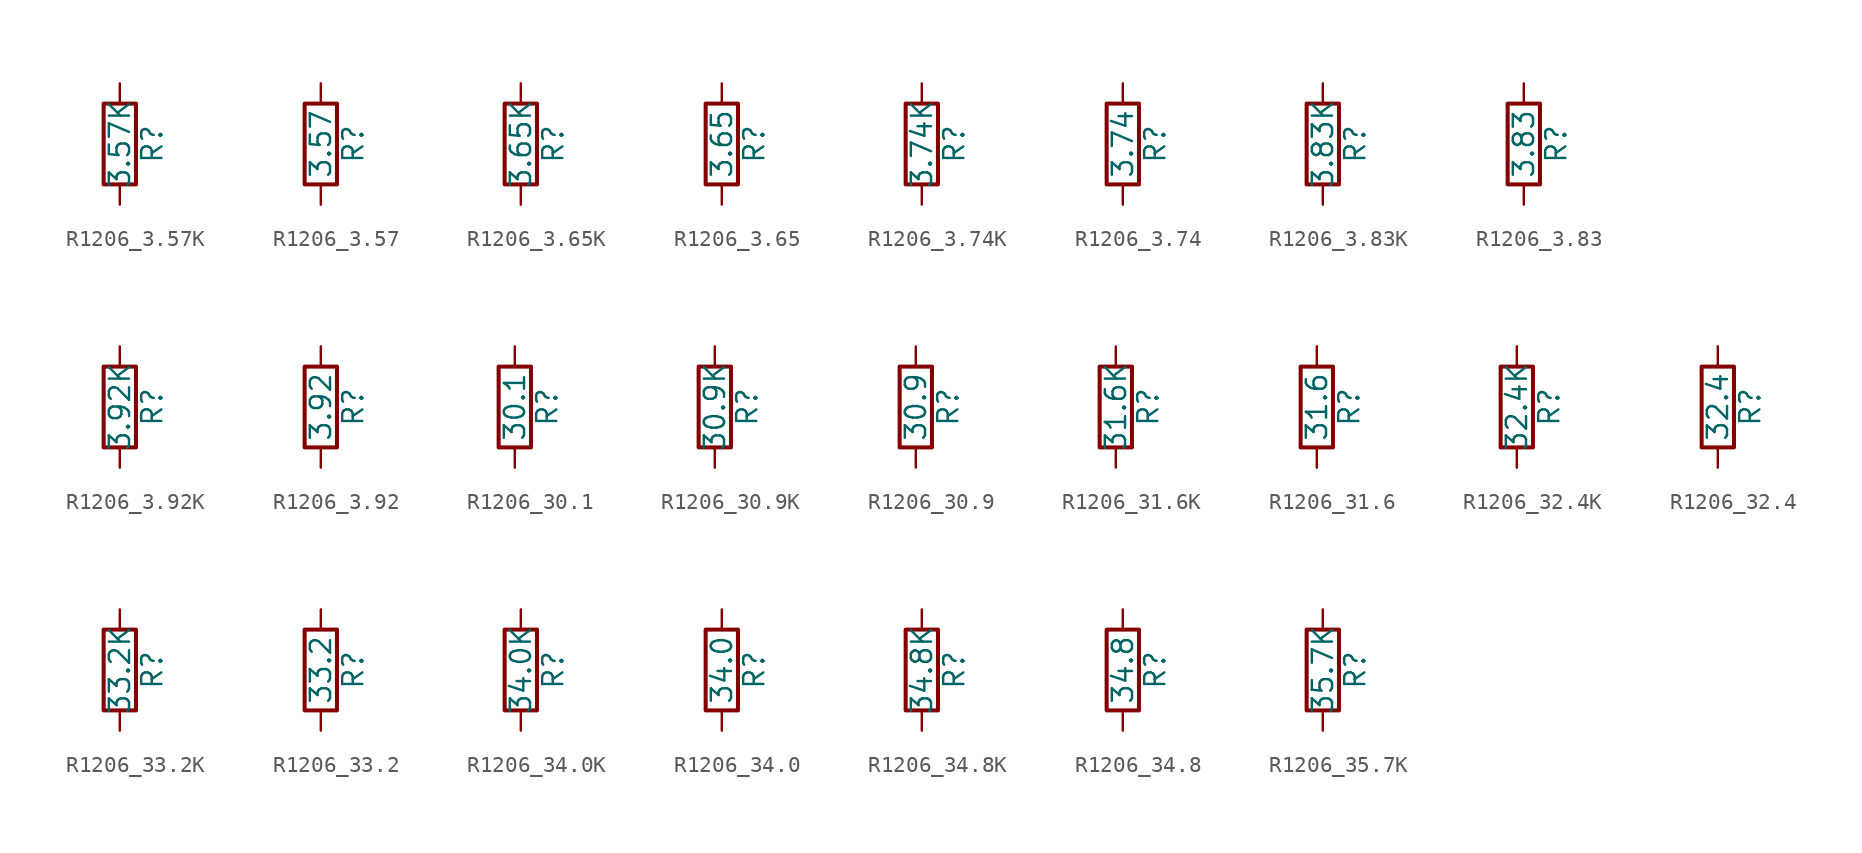
<source format=kicad_sym>
(kicad_symbol_lib
  (version 20211014)
  (generator atlantix-eda)
  (symbol "R1206_3.57K"
    (pin_numbers hide)
    (pin_names
      (offset 0))
    (property "Reference" "R"
      (at 2.032 0 90)
      (effects (font (size 1.27 1.27))))
    (property "Value" "3.57K"
      (at 0 0 90)
      (effects (font (size 1.27 1.27))))
    (symbol "R1206_3.57K_0_1"
      (rectangle (start -1.016 -2.54) (end 1.016 2.54) (stroke (width 0.254) (type default) (color 0 0 0 0)) (fill (type none))))
    (symbol "R1206_3.57K_1_1"
      (pin passive line (at 0 3.81 270) (length 1.27) (name "~" (effects (font (size 1.27 1.27)))) (number "1" (effects (font (size 1.27 1.27)))))
      (pin passive line (at 0 -3.81 90) (length 1.27) (name "~" (effects (font (size 1.27 1.27)))) (number "2" (effects (font (size 1.27 1.27)))))))
  (symbol "R1206_3.57"
    (pin_numbers hide)
    (pin_names
      (offset 0))
    (property "Reference" "R"
      (at 2.032 0 90)
      (effects (font (size 1.27 1.27))))
    (property "Value" "3.57"
      (at 0 0 90)
      (effects (font (size 1.27 1.27))))
    (symbol "R1206_3.57_0_1"
      (rectangle (start -1.016 -2.54) (end 1.016 2.54) (stroke (width 0.254) (type default) (color 0 0 0 0)) (fill (type none))))
    (symbol "R1206_3.57_1_1"
      (pin passive line (at 0 3.81 270) (length 1.27) (name "~" (effects (font (size 1.27 1.27)))) (number "1" (effects (font (size 1.27 1.27)))))
      (pin passive line (at 0 -3.81 90) (length 1.27) (name "~" (effects (font (size 1.27 1.27)))) (number "2" (effects (font (size 1.27 1.27)))))))
  (symbol "R1206_3.65K"
    (pin_numbers hide)
    (pin_names
      (offset 0))
    (property "Reference" "R"
      (at 2.032 0 90)
      (effects (font (size 1.27 1.27))))
    (property "Value" "3.65K"
      (at 0 0 90)
      (effects (font (size 1.27 1.27))))
    (symbol "R1206_3.65K_0_1"
      (rectangle (start -1.016 -2.54) (end 1.016 2.54) (stroke (width 0.254) (type default) (color 0 0 0 0)) (fill (type none))))
    (symbol "R1206_3.65K_1_1"
      (pin passive line (at 0 3.81 270) (length 1.27) (name "~" (effects (font (size 1.27 1.27)))) (number "1" (effects (font (size 1.27 1.27)))))
      (pin passive line (at 0 -3.81 90) (length 1.27) (name "~" (effects (font (size 1.27 1.27)))) (number "2" (effects (font (size 1.27 1.27)))))))
  (symbol "R1206_3.65"
    (pin_numbers hide)
    (pin_names
      (offset 0))
    (property "Reference" "R"
      (at 2.032 0 90)
      (effects (font (size 1.27 1.27))))
    (property "Value" "3.65"
      (at 0 0 90)
      (effects (font (size 1.27 1.27))))
    (symbol "R1206_3.65_0_1"
      (rectangle (start -1.016 -2.54) (end 1.016 2.54) (stroke (width 0.254) (type default) (color 0 0 0 0)) (fill (type none))))
    (symbol "R1206_3.65_1_1"
      (pin passive line (at 0 3.81 270) (length 1.27) (name "~" (effects (font (size 1.27 1.27)))) (number "1" (effects (font (size 1.27 1.27)))))
      (pin passive line (at 0 -3.81 90) (length 1.27) (name "~" (effects (font (size 1.27 1.27)))) (number "2" (effects (font (size 1.27 1.27)))))))
  (symbol "R1206_3.74K"
    (pin_numbers hide)
    (pin_names
      (offset 0))
    (property "Reference" "R"
      (at 2.032 0 90)
      (effects (font (size 1.27 1.27))))
    (property "Value" "3.74K"
      (at 0 0 90)
      (effects (font (size 1.27 1.27))))
    (symbol "R1206_3.74K_0_1"
      (rectangle (start -1.016 -2.54) (end 1.016 2.54) (stroke (width 0.254) (type default) (color 0 0 0 0)) (fill (type none))))
    (symbol "R1206_3.74K_1_1"
      (pin passive line (at 0 3.81 270) (length 1.27) (name "~" (effects (font (size 1.27 1.27)))) (number "1" (effects (font (size 1.27 1.27)))))
      (pin passive line (at 0 -3.81 90) (length 1.27) (name "~" (effects (font (size 1.27 1.27)))) (number "2" (effects (font (size 1.27 1.27)))))))
  (symbol "R1206_3.74"
    (pin_numbers hide)
    (pin_names
      (offset 0))
    (property "Reference" "R"
      (at 2.032 0 90)
      (effects (font (size 1.27 1.27))))
    (property "Value" "3.74"
      (at 0 0 90)
      (effects (font (size 1.27 1.27))))
    (symbol "R1206_3.74_0_1"
      (rectangle (start -1.016 -2.54) (end 1.016 2.54) (stroke (width 0.254) (type default) (color 0 0 0 0)) (fill (type none))))
    (symbol "R1206_3.74_1_1"
      (pin passive line (at 0 3.81 270) (length 1.27) (name "~" (effects (font (size 1.27 1.27)))) (number "1" (effects (font (size 1.27 1.27)))))
      (pin passive line (at 0 -3.81 90) (length 1.27) (name "~" (effects (font (size 1.27 1.27)))) (number "2" (effects (font (size 1.27 1.27)))))))
  (symbol "R1206_3.83K"
    (pin_numbers hide)
    (pin_names
      (offset 0))
    (property "Reference" "R"
      (at 2.032 0 90)
      (effects (font (size 1.27 1.27))))
    (property "Value" "3.83K"
      (at 0 0 90)
      (effects (font (size 1.27 1.27))))
    (symbol "R1206_3.83K_0_1"
      (rectangle (start -1.016 -2.54) (end 1.016 2.54) (stroke (width 0.254) (type default) (color 0 0 0 0)) (fill (type none))))
    (symbol "R1206_3.83K_1_1"
      (pin passive line (at 0 3.81 270) (length 1.27) (name "~" (effects (font (size 1.27 1.27)))) (number "1" (effects (font (size 1.27 1.27)))))
      (pin passive line (at 0 -3.81 90) (length 1.27) (name "~" (effects (font (size 1.27 1.27)))) (number "2" (effects (font (size 1.27 1.27)))))))
  (symbol "R1206_3.83"
    (pin_numbers hide)
    (pin_names
      (offset 0))
    (property "Reference" "R"
      (at 2.032 0 90)
      (effects (font (size 1.27 1.27))))
    (property "Value" "3.83"
      (at 0 0 90)
      (effects (font (size 1.27 1.27))))
    (symbol "R1206_3.83_0_1"
      (rectangle (start -1.016 -2.54) (end 1.016 2.54) (stroke (width 0.254) (type default) (color 0 0 0 0)) (fill (type none))))
    (symbol "R1206_3.83_1_1"
      (pin passive line (at 0 3.81 270) (length 1.27) (name "~" (effects (font (size 1.27 1.27)))) (number "1" (effects (font (size 1.27 1.27)))))
      (pin passive line (at 0 -3.81 90) (length 1.27) (name "~" (effects (font (size 1.27 1.27)))) (number "2" (effects (font (size 1.27 1.27)))))))
  (symbol "R1206_3.92K"
    (pin_numbers hide)
    (pin_names
      (offset 0))
    (property "Reference" "R"
      (at 2.032 0 90)
      (effects (font (size 1.27 1.27))))
    (property "Value" "3.92K"
      (at 0 0 90)
      (effects (font (size 1.27 1.27))))
    (symbol "R1206_3.92K_0_1"
      (rectangle (start -1.016 -2.54) (end 1.016 2.54) (stroke (width 0.254) (type default) (color 0 0 0 0)) (fill (type none))))
    (symbol "R1206_3.92K_1_1"
      (pin passive line (at 0 3.81 270) (length 1.27) (name "~" (effects (font (size 1.27 1.27)))) (number "1" (effects (font (size 1.27 1.27)))))
      (pin passive line (at 0 -3.81 90) (length 1.27) (name "~" (effects (font (size 1.27 1.27)))) (number "2" (effects (font (size 1.27 1.27)))))))
  (symbol "R1206_3.92"
    (pin_numbers hide)
    (pin_names
      (offset 0))
    (property "Reference" "R"
      (at 2.032 0 90)
      (effects (font (size 1.27 1.27))))
    (property "Value" "3.92"
      (at 0 0 90)
      (effects (font (size 1.27 1.27))))
    (symbol "R1206_3.92_0_1"
      (rectangle (start -1.016 -2.54) (end 1.016 2.54) (stroke (width 0.254) (type default) (color 0 0 0 0)) (fill (type none))))
    (symbol "R1206_3.92_1_1"
      (pin passive line (at 0 3.81 270) (length 1.27) (name "~" (effects (font (size 1.27 1.27)))) (number "1" (effects (font (size 1.27 1.27)))))
      (pin passive line (at 0 -3.81 90) (length 1.27) (name "~" (effects (font (size 1.27 1.27)))) (number "2" (effects (font (size 1.27 1.27)))))))
  (symbol "R1206_30.1"
    (pin_numbers hide)
    (pin_names
      (offset 0))
    (property "Reference" "R"
      (at 2.032 0 90)
      (effects (font (size 1.27 1.27))))
    (property "Value" "30.1"
      (at 0 0 90)
      (effects (font (size 1.27 1.27))))
    (symbol "R1206_30.1_0_1"
      (rectangle (start -1.016 -2.54) (end 1.016 2.54) (stroke (width 0.254) (type default) (color 0 0 0 0)) (fill (type none))))
    (symbol "R1206_30.1_1_1"
      (pin passive line (at 0 3.81 270) (length 1.27) (name "~" (effects (font (size 1.27 1.27)))) (number "1" (effects (font (size 1.27 1.27)))))
      (pin passive line (at 0 -3.81 90) (length 1.27) (name "~" (effects (font (size 1.27 1.27)))) (number "2" (effects (font (size 1.27 1.27)))))))
  (symbol "R1206_30.9K"
    (pin_numbers hide)
    (pin_names
      (offset 0))
    (property "Reference" "R"
      (at 2.032 0 90)
      (effects (font (size 1.27 1.27))))
    (property "Value" "30.9K"
      (at 0 0 90)
      (effects (font (size 1.27 1.27))))
    (symbol "R1206_30.9K_0_1"
      (rectangle (start -1.016 -2.54) (end 1.016 2.54) (stroke (width 0.254) (type default) (color 0 0 0 0)) (fill (type none))))
    (symbol "R1206_30.9K_1_1"
      (pin passive line (at 0 3.81 270) (length 1.27) (name "~" (effects (font (size 1.27 1.27)))) (number "1" (effects (font (size 1.27 1.27)))))
      (pin passive line (at 0 -3.81 90) (length 1.27) (name "~" (effects (font (size 1.27 1.27)))) (number "2" (effects (font (size 1.27 1.27)))))))
  (symbol "R1206_30.9"
    (pin_numbers hide)
    (pin_names
      (offset 0))
    (property "Reference" "R"
      (at 2.032 0 90)
      (effects (font (size 1.27 1.27))))
    (property "Value" "30.9"
      (at 0 0 90)
      (effects (font (size 1.27 1.27))))
    (symbol "R1206_30.9_0_1"
      (rectangle (start -1.016 -2.54) (end 1.016 2.54) (stroke (width 0.254) (type default) (color 0 0 0 0)) (fill (type none))))
    (symbol "R1206_30.9_1_1"
      (pin passive line (at 0 3.81 270) (length 1.27) (name "~" (effects (font (size 1.27 1.27)))) (number "1" (effects (font (size 1.27 1.27)))))
      (pin passive line (at 0 -3.81 90) (length 1.27) (name "~" (effects (font (size 1.27 1.27)))) (number "2" (effects (font (size 1.27 1.27)))))))
  (symbol "R1206_31.6K"
    (pin_numbers hide)
    (pin_names
      (offset 0))
    (property "Reference" "R"
      (at 2.032 0 90)
      (effects (font (size 1.27 1.27))))
    (property "Value" "31.6K"
      (at 0 0 90)
      (effects (font (size 1.27 1.27))))
    (symbol "R1206_31.6K_0_1"
      (rectangle (start -1.016 -2.54) (end 1.016 2.54) (stroke (width 0.254) (type default) (color 0 0 0 0)) (fill (type none))))
    (symbol "R1206_31.6K_1_1"
      (pin passive line (at 0 3.81 270) (length 1.27) (name "~" (effects (font (size 1.27 1.27)))) (number "1" (effects (font (size 1.27 1.27)))))
      (pin passive line (at 0 -3.81 90) (length 1.27) (name "~" (effects (font (size 1.27 1.27)))) (number "2" (effects (font (size 1.27 1.27)))))))
  (symbol "R1206_31.6"
    (pin_numbers hide)
    (pin_names
      (offset 0))
    (property "Reference" "R"
      (at 2.032 0 90)
      (effects (font (size 1.27 1.27))))
    (property "Value" "31.6"
      (at 0 0 90)
      (effects (font (size 1.27 1.27))))
    (symbol "R1206_31.6_0_1"
      (rectangle (start -1.016 -2.54) (end 1.016 2.54) (stroke (width 0.254) (type default) (color 0 0 0 0)) (fill (type none))))
    (symbol "R1206_31.6_1_1"
      (pin passive line (at 0 3.81 270) (length 1.27) (name "~" (effects (font (size 1.27 1.27)))) (number "1" (effects (font (size 1.27 1.27)))))
      (pin passive line (at 0 -3.81 90) (length 1.27) (name "~" (effects (font (size 1.27 1.27)))) (number "2" (effects (font (size 1.27 1.27)))))))
  (symbol "R1206_32.4K"
    (pin_numbers hide)
    (pin_names
      (offset 0))
    (property "Reference" "R"
      (at 2.032 0 90)
      (effects (font (size 1.27 1.27))))
    (property "Value" "32.4K"
      (at 0 0 90)
      (effects (font (size 1.27 1.27))))
    (symbol "R1206_32.4K_0_1"
      (rectangle (start -1.016 -2.54) (end 1.016 2.54) (stroke (width 0.254) (type default) (color 0 0 0 0)) (fill (type none))))
    (symbol "R1206_32.4K_1_1"
      (pin passive line (at 0 3.81 270) (length 1.27) (name "~" (effects (font (size 1.27 1.27)))) (number "1" (effects (font (size 1.27 1.27)))))
      (pin passive line (at 0 -3.81 90) (length 1.27) (name "~" (effects (font (size 1.27 1.27)))) (number "2" (effects (font (size 1.27 1.27)))))))
  (symbol "R1206_32.4"
    (pin_numbers hide)
    (pin_names
      (offset 0))
    (property "Reference" "R"
      (at 2.032 0 90)
      (effects (font (size 1.27 1.27))))
    (property "Value" "32.4"
      (at 0 0 90)
      (effects (font (size 1.27 1.27))))
    (symbol "R1206_32.4_0_1"
      (rectangle (start -1.016 -2.54) (end 1.016 2.54) (stroke (width 0.254) (type default) (color 0 0 0 0)) (fill (type none))))
    (symbol "R1206_32.4_1_1"
      (pin passive line (at 0 3.81 270) (length 1.27) (name "~" (effects (font (size 1.27 1.27)))) (number "1" (effects (font (size 1.27 1.27)))))
      (pin passive line (at 0 -3.81 90) (length 1.27) (name "~" (effects (font (size 1.27 1.27)))) (number "2" (effects (font (size 1.27 1.27)))))))
  (symbol "R1206_33.2K"
    (pin_numbers hide)
    (pin_names
      (offset 0))
    (property "Reference" "R"
      (at 2.032 0 90)
      (effects (font (size 1.27 1.27))))
    (property "Value" "33.2K"
      (at 0 0 90)
      (effects (font (size 1.27 1.27))))
    (symbol "R1206_33.2K_0_1"
      (rectangle (start -1.016 -2.54) (end 1.016 2.54) (stroke (width 0.254) (type default) (color 0 0 0 0)) (fill (type none))))
    (symbol "R1206_33.2K_1_1"
      (pin passive line (at 0 3.81 270) (length 1.27) (name "~" (effects (font (size 1.27 1.27)))) (number "1" (effects (font (size 1.27 1.27)))))
      (pin passive line (at 0 -3.81 90) (length 1.27) (name "~" (effects (font (size 1.27 1.27)))) (number "2" (effects (font (size 1.27 1.27)))))))
  (symbol "R1206_33.2"
    (pin_numbers hide)
    (pin_names
      (offset 0))
    (property "Reference" "R"
      (at 2.032 0 90)
      (effects (font (size 1.27 1.27))))
    (property "Value" "33.2"
      (at 0 0 90)
      (effects (font (size 1.27 1.27))))
    (symbol "R1206_33.2_0_1"
      (rectangle (start -1.016 -2.54) (end 1.016 2.54) (stroke (width 0.254) (type default) (color 0 0 0 0)) (fill (type none))))
    (symbol "R1206_33.2_1_1"
      (pin passive line (at 0 3.81 270) (length 1.27) (name "~" (effects (font (size 1.27 1.27)))) (number "1" (effects (font (size 1.27 1.27)))))
      (pin passive line (at 0 -3.81 90) (length 1.27) (name "~" (effects (font (size 1.27 1.27)))) (number "2" (effects (font (size 1.27 1.27)))))))
  (symbol "R1206_34.0K"
    (pin_numbers hide)
    (pin_names
      (offset 0))
    (property "Reference" "R"
      (at 2.032 0 90)
      (effects (font (size 1.27 1.27))))
    (property "Value" "34.0K"
      (at 0 0 90)
      (effects (font (size 1.27 1.27))))
    (symbol "R1206_34.0K_0_1"
      (rectangle (start -1.016 -2.54) (end 1.016 2.54) (stroke (width 0.254) (type default) (color 0 0 0 0)) (fill (type none))))
    (symbol "R1206_34.0K_1_1"
      (pin passive line (at 0 3.81 270) (length 1.27) (name "~" (effects (font (size 1.27 1.27)))) (number "1" (effects (font (size 1.27 1.27)))))
      (pin passive line (at 0 -3.81 90) (length 1.27) (name "~" (effects (font (size 1.27 1.27)))) (number "2" (effects (font (size 1.27 1.27)))))))
  (symbol "R1206_34.0"
    (pin_numbers hide)
    (pin_names
      (offset 0))
    (property "Reference" "R"
      (at 2.032 0 90)
      (effects (font (size 1.27 1.27))))
    (property "Value" "34.0"
      (at 0 0 90)
      (effects (font (size 1.27 1.27))))
    (symbol "R1206_34.0_0_1"
      (rectangle (start -1.016 -2.54) (end 1.016 2.54) (stroke (width 0.254) (type default) (color 0 0 0 0)) (fill (type none))))
    (symbol "R1206_34.0_1_1"
      (pin passive line (at 0 3.81 270) (length 1.27) (name "~" (effects (font (size 1.27 1.27)))) (number "1" (effects (font (size 1.27 1.27)))))
      (pin passive line (at 0 -3.81 90) (length 1.27) (name "~" (effects (font (size 1.27 1.27)))) (number "2" (effects (font (size 1.27 1.27)))))))
  (symbol "R1206_34.8K"
    (pin_numbers hide)
    (pin_names
      (offset 0))
    (property "Reference" "R"
      (at 2.032 0 90)
      (effects (font (size 1.27 1.27))))
    (property "Value" "34.8K"
      (at 0 0 90)
      (effects (font (size 1.27 1.27))))
    (symbol "R1206_34.8K_0_1"
      (rectangle (start -1.016 -2.54) (end 1.016 2.54) (stroke (width 0.254) (type default) (color 0 0 0 0)) (fill (type none))))
    (symbol "R1206_34.8K_1_1"
      (pin passive line (at 0 3.81 270) (length 1.27) (name "~" (effects (font (size 1.27 1.27)))) (number "1" (effects (font (size 1.27 1.27)))))
      (pin passive line (at 0 -3.81 90) (length 1.27) (name "~" (effects (font (size 1.27 1.27)))) (number "2" (effects (font (size 1.27 1.27)))))))
  (symbol "R1206_34.8"
    (pin_numbers hide)
    (pin_names
      (offset 0))
    (property "Reference" "R"
      (at 2.032 0 90)
      (effects (font (size 1.27 1.27))))
    (property "Value" "34.8"
      (at 0 0 90)
      (effects (font (size 1.27 1.27))))
    (symbol "R1206_34.8_0_1"
      (rectangle (start -1.016 -2.54) (end 1.016 2.54) (stroke (width 0.254) (type default) (color 0 0 0 0)) (fill (type none))))
    (symbol "R1206_34.8_1_1"
      (pin passive line (at 0 3.81 270) (length 1.27) (name "~" (effects (font (size 1.27 1.27)))) (number "1" (effects (font (size 1.27 1.27)))))
      (pin passive line (at 0 -3.81 90) (length 1.27) (name "~" (effects (font (size 1.27 1.27)))) (number "2" (effects (font (size 1.27 1.27)))))))
  (symbol "R1206_35.7K"
    (pin_numbers hide)
    (pin_names
      (offset 0))
    (property "Reference" "R"
      (at 2.032 0 90)
      (effects (font (size 1.27 1.27))))
    (property "Value" "35.7K"
      (at 0 0 90)
      (effects (font (size 1.27 1.27))))
    (symbol "R1206_35.7K_0_1"
      (rectangle (start -1.016 -2.54) (end 1.016 2.54) (stroke (width 0.254) (type default) (color 0 0 0 0)) (fill (type none))))
    (symbol "R1206_35.7K_1_1"
      (pin passive line (at 0 3.81 270) (length 1.27) (name "~" (effects (font (size 1.27 1.27)))) (number "1" (effects (font (size 1.27 1.27)))))
      (pin passive line (at 0 -3.81 90) (length 1.27) (name "~" (effects (font (size 1.27 1.27)))) (number "2" (effects (font (size 1.27 1.27))))))))
</source>
